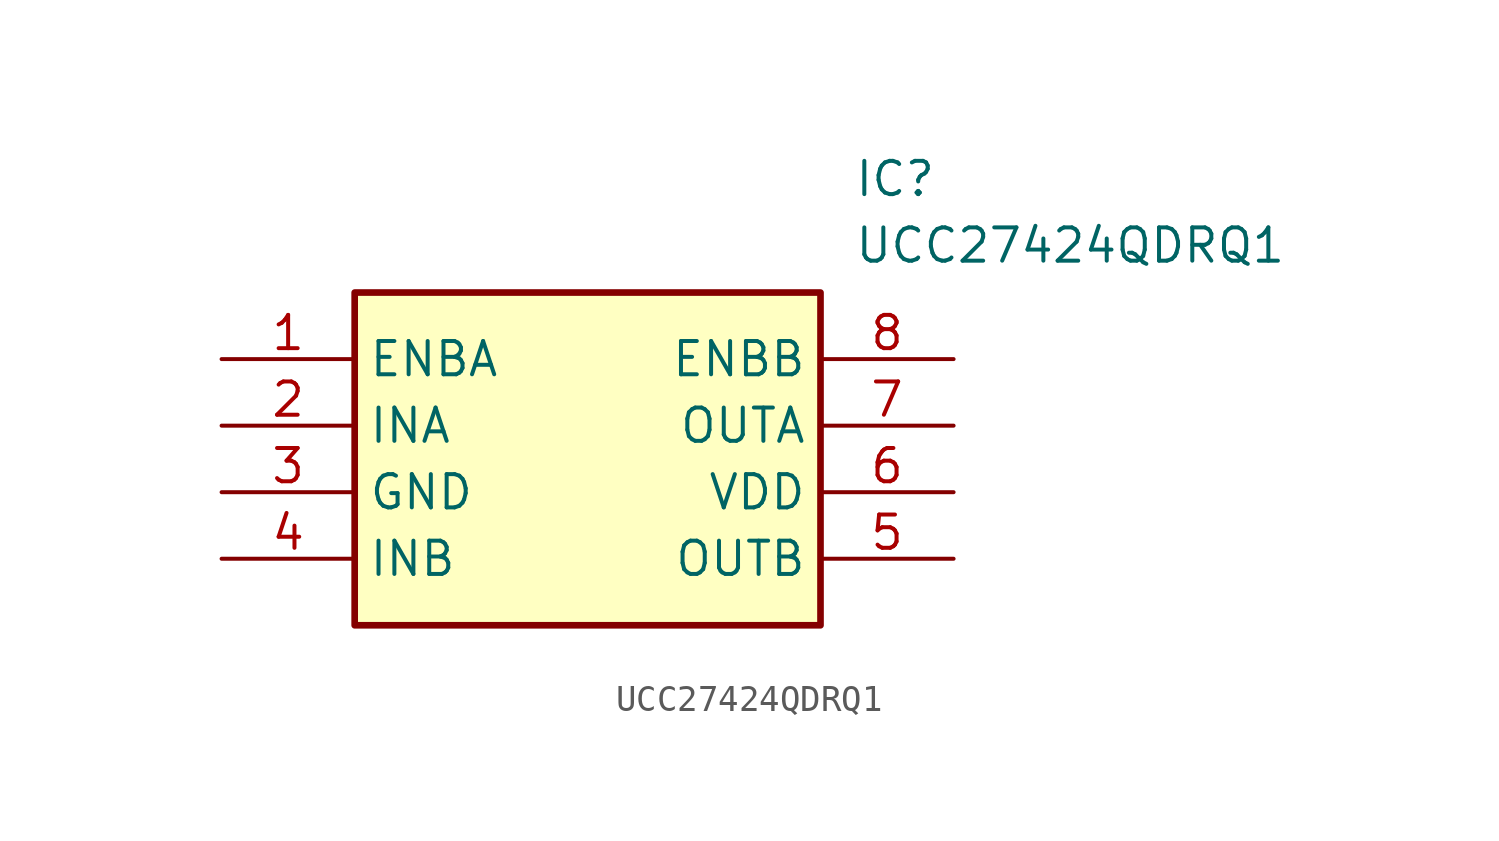
<source format=kicad_sym>
(kicad_symbol_lib
  (version 20211014)
  (generator SamacSys_ECAD_Model)
  (symbol "UCC27424QDRQ1"
    (property "Reference" "IC"
      (at 24.13 7.62 0)
      (effects (font (size 1.27 1.27)) (justify left top)))
    (property "Value" "UCC27424QDRQ1"
      (at 24.13 5.08 0)
      (effects (font (size 1.27 1.27)) (justify left top)))
    (rectangle
      (start 5.08 2.54)
      (end 22.86 -10.16)
      (stroke (width 0.254) (type default))
      (fill (type background)))
    (pin passive line
      (at 0 0 0)
      (length 5.08)
      (name "ENBA" (effects (font (size 1.27 1.27))))
      (number "1" (effects (font (size 1.27 1.27)))))
    (pin passive line
      (at 0 -2.54 0)
      (length 5.08)
      (name "INA" (effects (font (size 1.27 1.27))))
      (number "2" (effects (font (size 1.27 1.27)))))
    (pin passive line
      (at 0 -5.08 0)
      (length 5.08)
      (name "GND" (effects (font (size 1.27 1.27))))
      (number "3" (effects (font (size 1.27 1.27)))))
    (pin passive line
      (at 0 -7.62 0)
      (length 5.08)
      (name "INB" (effects (font (size 1.27 1.27))))
      (number "4" (effects (font (size 1.27 1.27)))))
    (pin passive line
      (at 27.94 0 180)
      (length 5.08)
      (name "ENBB" (effects (font (size 1.27 1.27))))
      (number "8" (effects (font (size 1.27 1.27)))))
    (pin passive line
      (at 27.94 -2.54 180)
      (length 5.08)
      (name "OUTA" (effects (font (size 1.27 1.27))))
      (number "7" (effects (font (size 1.27 1.27)))))
    (pin passive line
      (at 27.94 -5.08 180)
      (length 5.08)
      (name "VDD" (effects (font (size 1.27 1.27))))
      (number "6" (effects (font (size 1.27 1.27)))))
    (pin passive line
      (at 27.94 -7.62 180)
      (length 5.08)
      (name "OUTB" (effects (font (size 1.27 1.27))))
      (number "5" (effects (font (size 1.27 1.27)))))))
</source>
